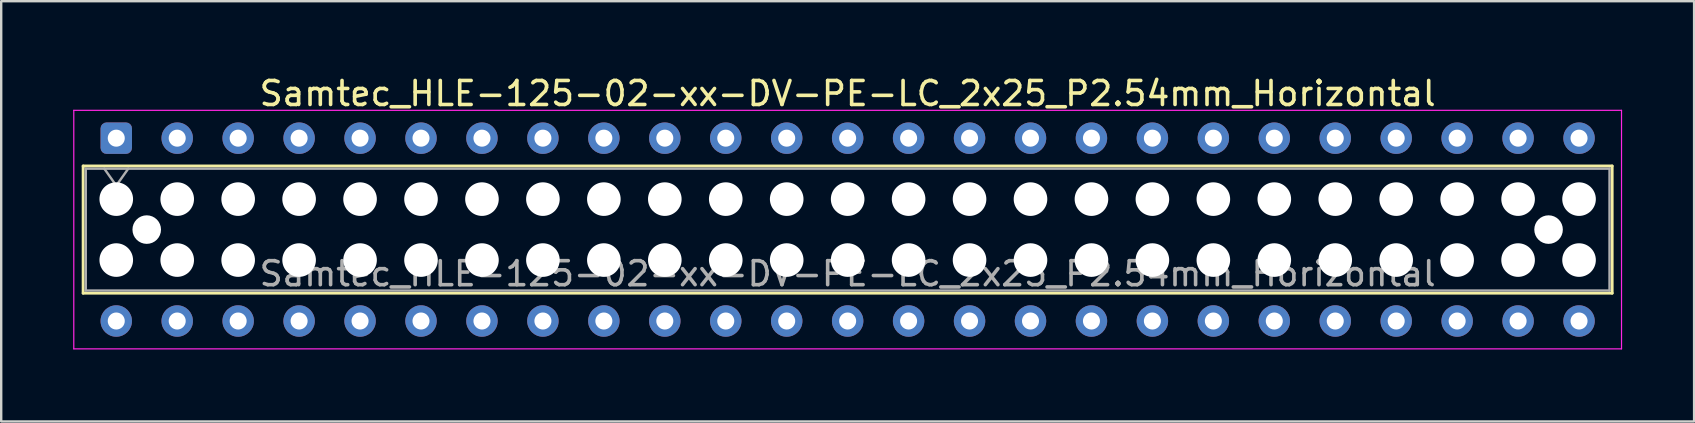
<source format=kicad_pcb>
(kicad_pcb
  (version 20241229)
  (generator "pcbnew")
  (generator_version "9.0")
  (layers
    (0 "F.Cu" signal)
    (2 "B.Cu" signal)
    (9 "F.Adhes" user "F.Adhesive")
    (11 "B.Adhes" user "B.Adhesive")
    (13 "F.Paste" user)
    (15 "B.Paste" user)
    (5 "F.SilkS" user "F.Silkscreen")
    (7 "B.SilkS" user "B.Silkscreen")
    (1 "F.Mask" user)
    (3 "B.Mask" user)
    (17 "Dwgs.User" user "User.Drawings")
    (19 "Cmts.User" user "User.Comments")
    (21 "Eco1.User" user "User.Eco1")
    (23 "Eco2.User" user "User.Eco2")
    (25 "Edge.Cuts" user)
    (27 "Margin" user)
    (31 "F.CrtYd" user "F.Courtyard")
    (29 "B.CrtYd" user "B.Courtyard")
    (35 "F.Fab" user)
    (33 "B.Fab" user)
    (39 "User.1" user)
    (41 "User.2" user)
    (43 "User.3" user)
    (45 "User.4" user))
  (footprint "Samtec_HLE-125-02-xx-DV-PE-LC_2x25_P2.54mm_Horizontal"
    (layer "F.Cu")
    (at 1.795 2.708)
    (property "Reference" "Samtec_HLE-125-02-xx-DV-PE-LC_2x25_P2.54mm_Horizontal" (at 30.48 -1.86 0) (layer "F.SilkS") (effects (font (size 1 1) (thickness 0.15))))
    (attr through_hole)
    (fp_line (start -1.38 1.16) (end 62.34 1.16) (stroke (width 0.12) (type solid)) (layer "F.SilkS"))
    (fp_line (start -1.38 6.46) (end -1.38 1.16) (stroke (width 0.12) (type solid)) (layer "F.SilkS"))
    (fp_line (start 62.34 1.16) (end 62.34 6.46) (stroke (width 0.12) (type solid)) (layer "F.SilkS"))
    (fp_line (start 62.34 6.46) (end -1.38 6.46) (stroke (width 0.12) (type solid)) (layer "F.SilkS"))
    (fp_line (start -1.77 -1.16) (end 62.73 -1.16) (stroke (width 0.05) (type solid)) (layer "F.CrtYd"))
    (fp_line (start -1.77 8.78) (end -1.77 -1.16) (stroke (width 0.05) (type solid)) (layer "F.CrtYd"))
    (fp_line (start 62.73 -1.16) (end 62.73 8.78) (stroke (width 0.05) (type solid)) (layer "F.CrtYd"))
    (fp_line (start 62.73 8.78) (end -1.77 8.78) (stroke (width 0.05) (type solid)) (layer "F.CrtYd"))
    (fp_line (start -1.27 1.27) (end 62.23 1.27) (stroke (width 0.1) (type solid)) (layer "F.Fab"))
    (fp_line (start -1.27 6.35) (end -1.27 1.27) (stroke (width 0.1) (type solid)) (layer "F.Fab"))
    (fp_line (start -0.5 1.27) (end 0 1.977) (stroke (width 0.1) (type solid)) (layer "F.Fab"))
    (fp_line (start 0 1.977) (end 0.5 1.27) (stroke (width 0.1) (type solid)) (layer "F.Fab"))
    (fp_line (start 62.23 1.27) (end 62.23 6.35) (stroke (width 0.1) (type solid)) (layer "F.Fab"))
    (fp_line (start 62.23 6.35) (end -1.27 6.35) (stroke (width 0.1) (type solid)) (layer "F.Fab"))
    (fp_text user "${REFERENCE}" (at 30.48 5.65 0) (layer "F.Fab") (effects (font (size 1 1) (thickness 0.15))))
    (pad "" np_thru_hole circle (at 0 2.54) (size 1.4 1.4) (drill 1.4) (layers "*.Cu" "*.Mask"))
    (pad "" np_thru_hole circle (at 0 5.08) (size 1.4 1.4) (drill 1.4) (layers "*.Cu" "*.Mask"))
    (pad "" np_thru_hole circle (at 1.27 3.81) (size 1.19 1.19) (drill 1.19) (layers "*.Cu" "*.Mask"))
    (pad "" np_thru_hole circle (at 2.54 2.54) (size 1.4 1.4) (drill 1.4) (layers "*.Cu" "*.Mask"))
    (pad "" np_thru_hole circle (at 2.54 5.08) (size 1.4 1.4) (drill 1.4) (layers "*.Cu" "*.Mask"))
    (pad "" np_thru_hole circle (at 5.08 2.54) (size 1.4 1.4) (drill 1.4) (layers "*.Cu" "*.Mask"))
    (pad "" np_thru_hole circle (at 5.08 5.08) (size 1.4 1.4) (drill 1.4) (layers "*.Cu" "*.Mask"))
    (pad "" np_thru_hole circle (at 7.62 2.54) (size 1.4 1.4) (drill 1.4) (layers "*.Cu" "*.Mask"))
    (pad "" np_thru_hole circle (at 7.62 5.08) (size 1.4 1.4) (drill 1.4) (layers "*.Cu" "*.Mask"))
    (pad "" np_thru_hole circle (at 10.16 2.54) (size 1.4 1.4) (drill 1.4) (layers "*.Cu" "*.Mask"))
    (pad "" np_thru_hole circle (at 10.16 5.08) (size 1.4 1.4) (drill 1.4) (layers "*.Cu" "*.Mask"))
    (pad "" np_thru_hole circle (at 12.7 2.54) (size 1.4 1.4) (drill 1.4) (layers "*.Cu" "*.Mask"))
    (pad "" np_thru_hole circle (at 12.7 5.08) (size 1.4 1.4) (drill 1.4) (layers "*.Cu" "*.Mask"))
    (pad "" np_thru_hole circle (at 15.24 2.54) (size 1.4 1.4) (drill 1.4) (layers "*.Cu" "*.Mask"))
    (pad "" np_thru_hole circle (at 15.24 5.08) (size 1.4 1.4) (drill 1.4) (layers "*.Cu" "*.Mask"))
    (pad "" np_thru_hole circle (at 17.78 2.54) (size 1.4 1.4) (drill 1.4) (layers "*.Cu" "*.Mask"))
    (pad "" np_thru_hole circle (at 17.78 5.08) (size 1.4 1.4) (drill 1.4) (layers "*.Cu" "*.Mask"))
    (pad "" np_thru_hole circle (at 20.32 2.54) (size 1.4 1.4) (drill 1.4) (layers "*.Cu" "*.Mask"))
    (pad "" np_thru_hole circle (at 20.32 5.08) (size 1.4 1.4) (drill 1.4) (layers "*.Cu" "*.Mask"))
    (pad "" np_thru_hole circle (at 22.86 2.54) (size 1.4 1.4) (drill 1.4) (layers "*.Cu" "*.Mask"))
    (pad "" np_thru_hole circle (at 22.86 5.08) (size 1.4 1.4) (drill 1.4) (layers "*.Cu" "*.Mask"))
    (pad "" np_thru_hole circle (at 25.4 2.54) (size 1.4 1.4) (drill 1.4) (layers "*.Cu" "*.Mask"))
    (pad "" np_thru_hole circle (at 25.4 5.08) (size 1.4 1.4) (drill 1.4) (layers "*.Cu" "*.Mask"))
    (pad "" np_thru_hole circle (at 27.94 2.54) (size 1.4 1.4) (drill 1.4) (layers "*.Cu" "*.Mask"))
    (pad "" np_thru_hole circle (at 27.94 5.08) (size 1.4 1.4) (drill 1.4) (layers "*.Cu" "*.Mask"))
    (pad "" np_thru_hole circle (at 30.48 2.54) (size 1.4 1.4) (drill 1.4) (layers "*.Cu" "*.Mask"))
    (pad "" np_thru_hole circle (at 30.48 5.08) (size 1.4 1.4) (drill 1.4) (layers "*.Cu" "*.Mask"))
    (pad "" np_thru_hole circle (at 33.02 2.54) (size 1.4 1.4) (drill 1.4) (layers "*.Cu" "*.Mask"))
    (pad "" np_thru_hole circle (at 33.02 5.08) (size 1.4 1.4) (drill 1.4) (layers "*.Cu" "*.Mask"))
    (pad "" np_thru_hole circle (at 35.56 2.54) (size 1.4 1.4) (drill 1.4) (layers "*.Cu" "*.Mask"))
    (pad "" np_thru_hole circle (at 35.56 5.08) (size 1.4 1.4) (drill 1.4) (layers "*.Cu" "*.Mask"))
    (pad "" np_thru_hole circle (at 38.1 2.54) (size 1.4 1.4) (drill 1.4) (layers "*.Cu" "*.Mask"))
    (pad "" np_thru_hole circle (at 38.1 5.08) (size 1.4 1.4) (drill 1.4) (layers "*.Cu" "*.Mask"))
    (pad "" np_thru_hole circle (at 40.64 2.54) (size 1.4 1.4) (drill 1.4) (layers "*.Cu" "*.Mask"))
    (pad "" np_thru_hole circle (at 40.64 5.08) (size 1.4 1.4) (drill 1.4) (layers "*.Cu" "*.Mask"))
    (pad "" np_thru_hole circle (at 43.18 2.54) (size 1.4 1.4) (drill 1.4) (layers "*.Cu" "*.Mask"))
    (pad "" np_thru_hole circle (at 43.18 5.08) (size 1.4 1.4) (drill 1.4) (layers "*.Cu" "*.Mask"))
    (pad "" np_thru_hole circle (at 45.72 2.54) (size 1.4 1.4) (drill 1.4) (layers "*.Cu" "*.Mask"))
    (pad "" np_thru_hole circle (at 45.72 5.08) (size 1.4 1.4) (drill 1.4) (layers "*.Cu" "*.Mask"))
    (pad "" np_thru_hole circle (at 48.26 2.54) (size 1.4 1.4) (drill 1.4) (layers "*.Cu" "*.Mask"))
    (pad "" np_thru_hole circle (at 48.26 5.08) (size 1.4 1.4) (drill 1.4) (layers "*.Cu" "*.Mask"))
    (pad "" np_thru_hole circle (at 50.8 2.54) (size 1.4 1.4) (drill 1.4) (layers "*.Cu" "*.Mask"))
    (pad "" np_thru_hole circle (at 50.8 5.08) (size 1.4 1.4) (drill 1.4) (layers "*.Cu" "*.Mask"))
    (pad "" np_thru_hole circle (at 53.34 2.54) (size 1.4 1.4) (drill 1.4) (layers "*.Cu" "*.Mask"))
    (pad "" np_thru_hole circle (at 53.34 5.08) (size 1.4 1.4) (drill 1.4) (layers "*.Cu" "*.Mask"))
    (pad "" np_thru_hole circle (at 55.88 2.54) (size 1.4 1.4) (drill 1.4) (layers "*.Cu" "*.Mask"))
    (pad "" np_thru_hole circle (at 55.88 5.08) (size 1.4 1.4) (drill 1.4) (layers "*.Cu" "*.Mask"))
    (pad "" np_thru_hole circle (at 58.42 2.54) (size 1.4 1.4) (drill 1.4) (layers "*.Cu" "*.Mask"))
    (pad "" np_thru_hole circle (at 58.42 5.08) (size 1.4 1.4) (drill 1.4) (layers "*.Cu" "*.Mask"))
    (pad "" np_thru_hole circle (at 59.69 3.81) (size 1.19 1.19) (drill 1.19) (layers "*.Cu" "*.Mask"))
    (pad "" np_thru_hole circle (at 60.96 2.54) (size 1.4 1.4) (drill 1.4) (layers "*.Cu" "*.Mask"))
    (pad "" np_thru_hole circle (at 60.96 5.08) (size 1.4 1.4) (drill 1.4) (layers "*.Cu" "*.Mask"))
    (pad "1" thru_hole roundrect (at 0 0) (size 1.31 1.31) (drill 0.71) (layers "*.Cu" "*.Mask") (roundrect_rratio 0.191))
    (pad "2" thru_hole circle (at 0 7.62) (size 1.31 1.31) (drill 0.71) (layers "*.Cu" "*.Mask"))
    (pad "3" thru_hole circle (at 2.54 0) (size 1.31 1.31) (drill 0.71) (layers "*.Cu" "*.Mask"))
    (pad "4" thru_hole circle (at 2.54 7.62) (size 1.31 1.31) (drill 0.71) (layers "*.Cu" "*.Mask"))
    (pad "5" thru_hole circle (at 5.08 0) (size 1.31 1.31) (drill 0.71) (layers "*.Cu" "*.Mask"))
    (pad "6" thru_hole circle (at 5.08 7.62) (size 1.31 1.31) (drill 0.71) (layers "*.Cu" "*.Mask"))
    (pad "7" thru_hole circle (at 7.62 0) (size 1.31 1.31) (drill 0.71) (layers "*.Cu" "*.Mask"))
    (pad "8" thru_hole circle (at 7.62 7.62) (size 1.31 1.31) (drill 0.71) (layers "*.Cu" "*.Mask"))
    (pad "9" thru_hole circle (at 10.16 0) (size 1.31 1.31) (drill 0.71) (layers "*.Cu" "*.Mask"))
    (pad "10" thru_hole circle (at 10.16 7.62) (size 1.31 1.31) (drill 0.71) (layers "*.Cu" "*.Mask"))
    (pad "11" thru_hole circle (at 12.7 0) (size 1.31 1.31) (drill 0.71) (layers "*.Cu" "*.Mask"))
    (pad "12" thru_hole circle (at 12.7 7.62) (size 1.31 1.31) (drill 0.71) (layers "*.Cu" "*.Mask"))
    (pad "13" thru_hole circle (at 15.24 0) (size 1.31 1.31) (drill 0.71) (layers "*.Cu" "*.Mask"))
    (pad "14" thru_hole circle (at 15.24 7.62) (size 1.31 1.31) (drill 0.71) (layers "*.Cu" "*.Mask"))
    (pad "15" thru_hole circle (at 17.78 0) (size 1.31 1.31) (drill 0.71) (layers "*.Cu" "*.Mask"))
    (pad "16" thru_hole circle (at 17.78 7.62) (size 1.31 1.31) (drill 0.71) (layers "*.Cu" "*.Mask"))
    (pad "17" thru_hole circle (at 20.32 0) (size 1.31 1.31) (drill 0.71) (layers "*.Cu" "*.Mask"))
    (pad "18" thru_hole circle (at 20.32 7.62) (size 1.31 1.31) (drill 0.71) (layers "*.Cu" "*.Mask"))
    (pad "19" thru_hole circle (at 22.86 0) (size 1.31 1.31) (drill 0.71) (layers "*.Cu" "*.Mask"))
    (pad "20" thru_hole circle (at 22.86 7.62) (size 1.31 1.31) (drill 0.71) (layers "*.Cu" "*.Mask"))
    (pad "21" thru_hole circle (at 25.4 0) (size 1.31 1.31) (drill 0.71) (layers "*.Cu" "*.Mask"))
    (pad "22" thru_hole circle (at 25.4 7.62) (size 1.31 1.31) (drill 0.71) (layers "*.Cu" "*.Mask"))
    (pad "23" thru_hole circle (at 27.94 0) (size 1.31 1.31) (drill 0.71) (layers "*.Cu" "*.Mask"))
    (pad "24" thru_hole circle (at 27.94 7.62) (size 1.31 1.31) (drill 0.71) (layers "*.Cu" "*.Mask"))
    (pad "25" thru_hole circle (at 30.48 0) (size 1.31 1.31) (drill 0.71) (layers "*.Cu" "*.Mask"))
    (pad "26" thru_hole circle (at 30.48 7.62) (size 1.31 1.31) (drill 0.71) (layers "*.Cu" "*.Mask"))
    (pad "27" thru_hole circle (at 33.02 0) (size 1.31 1.31) (drill 0.71) (layers "*.Cu" "*.Mask"))
    (pad "28" thru_hole circle (at 33.02 7.62) (size 1.31 1.31) (drill 0.71) (layers "*.Cu" "*.Mask"))
    (pad "29" thru_hole circle (at 35.56 0) (size 1.31 1.31) (drill 0.71) (layers "*.Cu" "*.Mask"))
    (pad "30" thru_hole circle (at 35.56 7.62) (size 1.31 1.31) (drill 0.71) (layers "*.Cu" "*.Mask"))
    (pad "31" thru_hole circle (at 38.1 0) (size 1.31 1.31) (drill 0.71) (layers "*.Cu" "*.Mask"))
    (pad "32" thru_hole circle (at 38.1 7.62) (size 1.31 1.31) (drill 0.71) (layers "*.Cu" "*.Mask"))
    (pad "33" thru_hole circle (at 40.64 0) (size 1.31 1.31) (drill 0.71) (layers "*.Cu" "*.Mask"))
    (pad "34" thru_hole circle (at 40.64 7.62) (size 1.31 1.31) (drill 0.71) (layers "*.Cu" "*.Mask"))
    (pad "35" thru_hole circle (at 43.18 0) (size 1.31 1.31) (drill 0.71) (layers "*.Cu" "*.Mask"))
    (pad "36" thru_hole circle (at 43.18 7.62) (size 1.31 1.31) (drill 0.71) (layers "*.Cu" "*.Mask"))
    (pad "37" thru_hole circle (at 45.72 0) (size 1.31 1.31) (drill 0.71) (layers "*.Cu" "*.Mask"))
    (pad "38" thru_hole circle (at 45.72 7.62) (size 1.31 1.31) (drill 0.71) (layers "*.Cu" "*.Mask"))
    (pad "39" thru_hole circle (at 48.26 0) (size 1.31 1.31) (drill 0.71) (layers "*.Cu" "*.Mask"))
    (pad "40" thru_hole circle (at 48.26 7.62) (size 1.31 1.31) (drill 0.71) (layers "*.Cu" "*.Mask"))
    (pad "41" thru_hole circle (at 50.8 0) (size 1.31 1.31) (drill 0.71) (layers "*.Cu" "*.Mask"))
    (pad "42" thru_hole circle (at 50.8 7.62) (size 1.31 1.31) (drill 0.71) (layers "*.Cu" "*.Mask"))
    (pad "43" thru_hole circle (at 53.34 0) (size 1.31 1.31) (drill 0.71) (layers "*.Cu" "*.Mask"))
    (pad "44" thru_hole circle (at 53.34 7.62) (size 1.31 1.31) (drill 0.71) (layers "*.Cu" "*.Mask"))
    (pad "45" thru_hole circle (at 55.88 0) (size 1.31 1.31) (drill 0.71) (layers "*.Cu" "*.Mask"))
    (pad "46" thru_hole circle (at 55.88 7.62) (size 1.31 1.31) (drill 0.71) (layers "*.Cu" "*.Mask"))
    (pad "47" thru_hole circle (at 58.42 0) (size 1.31 1.31) (drill 0.71) (layers "*.Cu" "*.Mask"))
    (pad "48" thru_hole circle (at 58.42 7.62) (size 1.31 1.31) (drill 0.71) (layers "*.Cu" "*.Mask"))
    (pad "49" thru_hole circle (at 60.96 0) (size 1.31 1.31) (drill 0.71) (layers "*.Cu" "*.Mask"))
    (pad "50" thru_hole circle (at 60.96 7.62) (size 1.31 1.31) (drill 0.71) (layers "*.Cu" "*.Mask")))
  (gr_rect
    (start -3 -3)
    (end 67.55 14.513)
    (stroke (width 0.1) (type default))
    (fill no)
    (layer "Edge.Cuts")))
</source>
